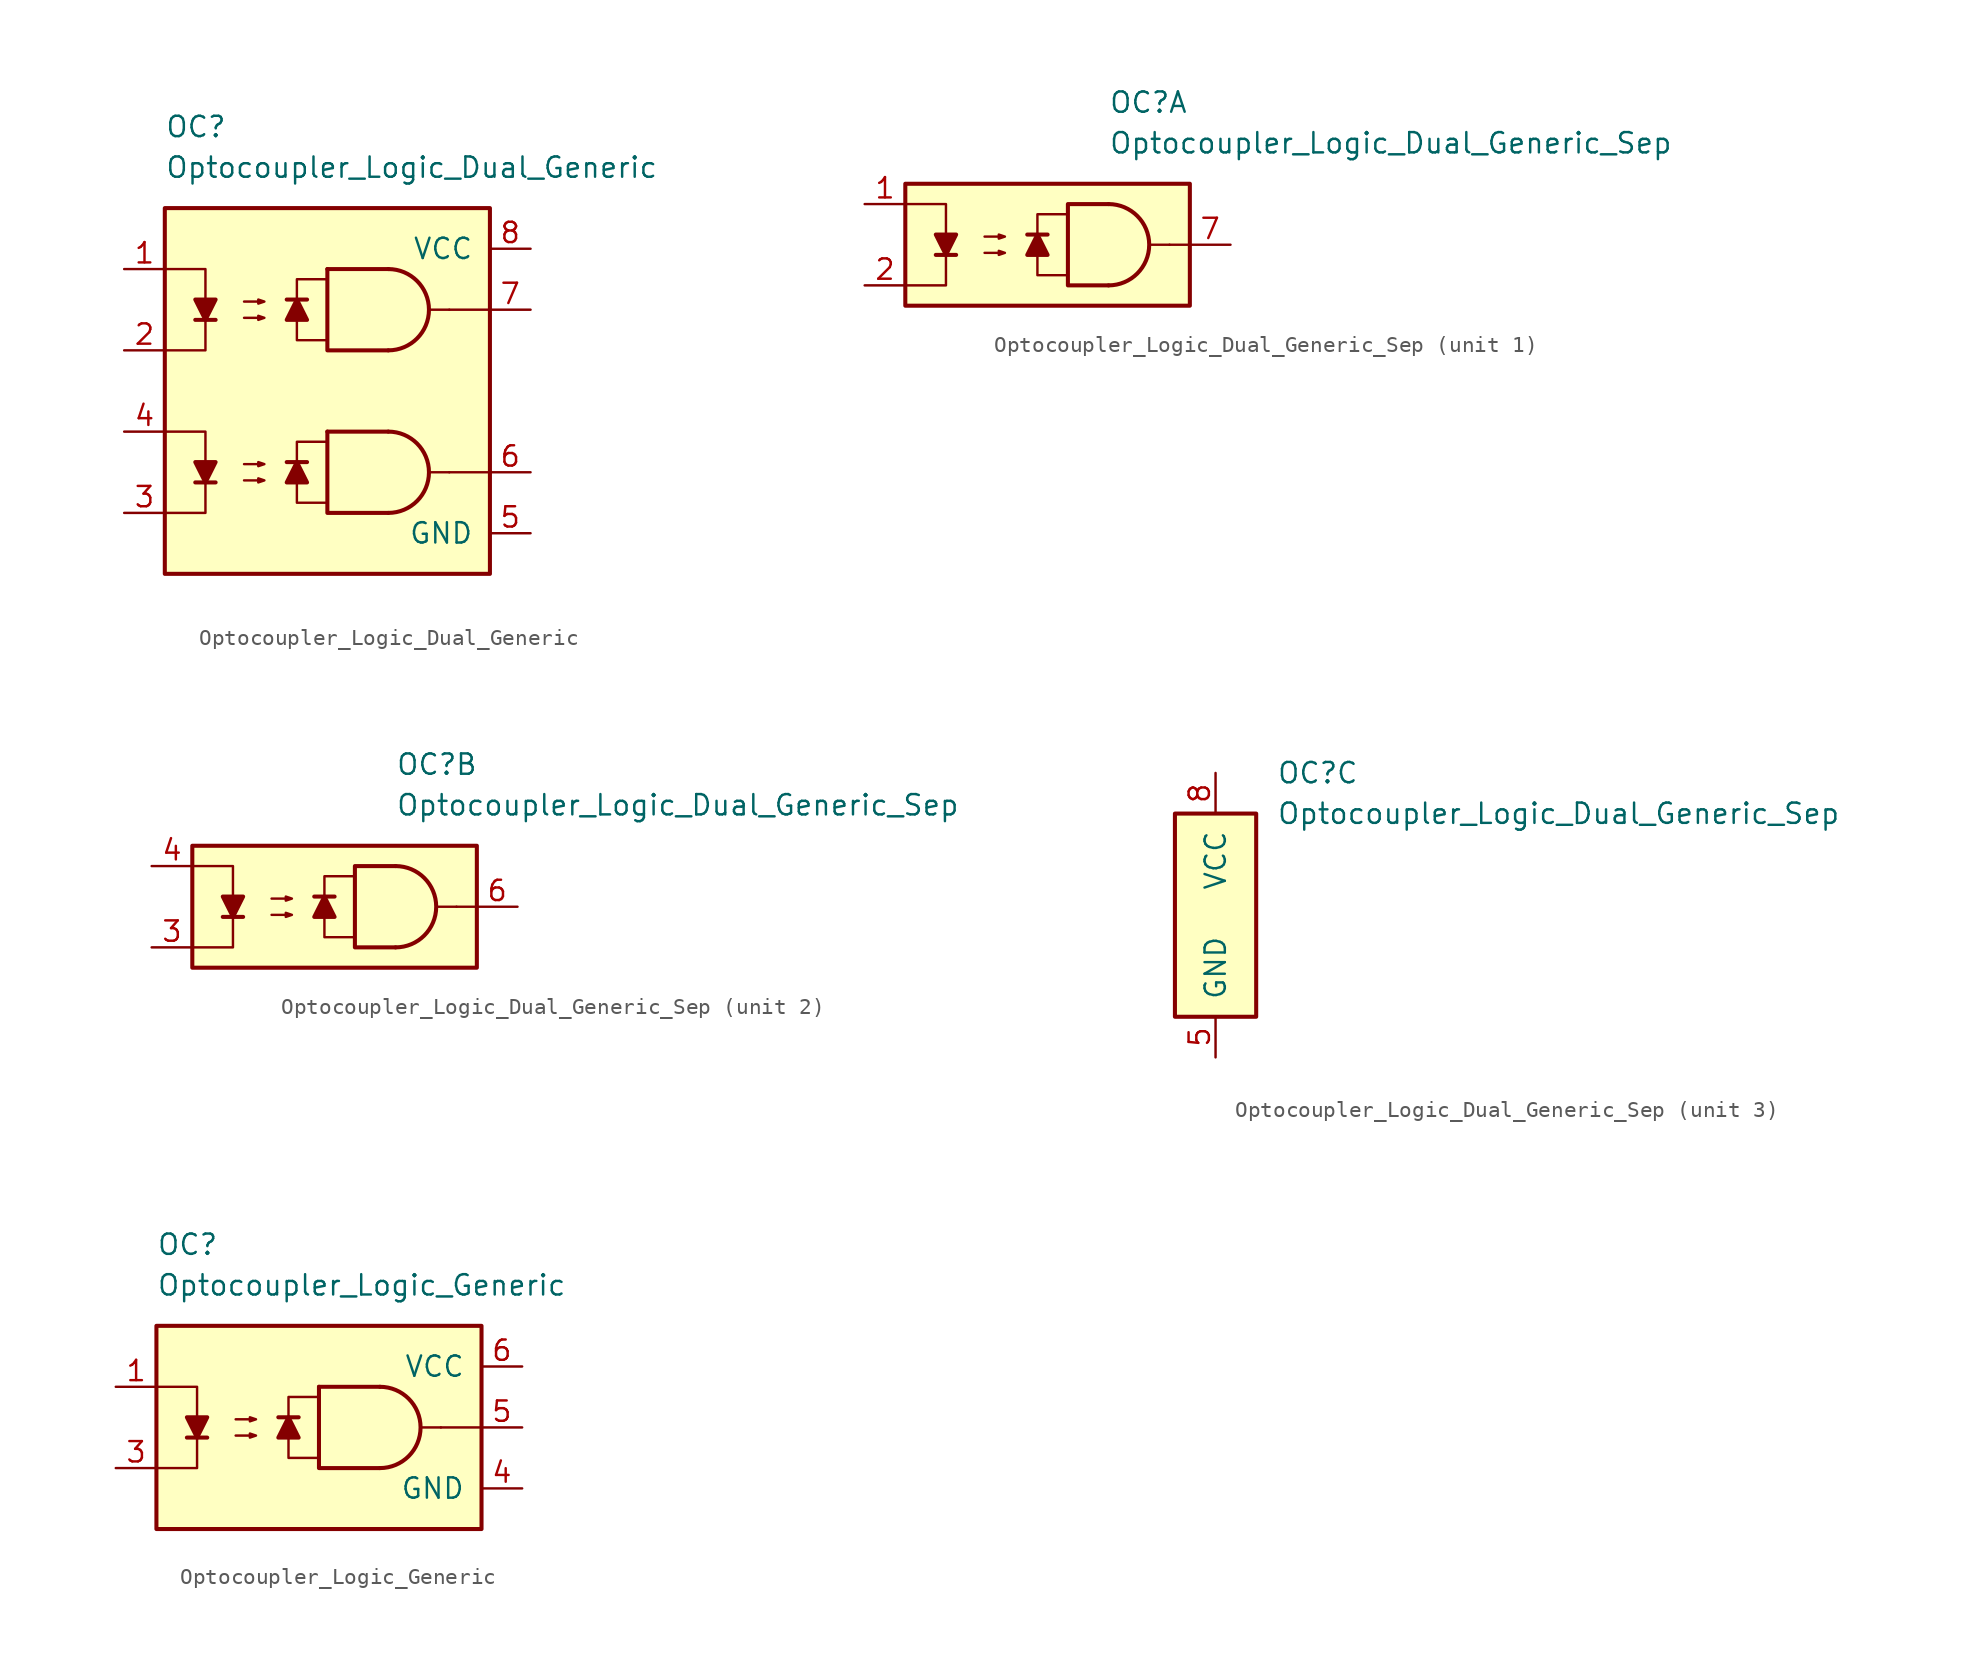
<source format=kicad_sym>
(kicad_symbol_lib
  (version 20231120)
  (generator "kicad_symbol_editor")
  (generator_version "8.0")
  (symbol "Optocoupler_Logic_Dual_Generic"
    (pin_names
      (offset 1.016))
    (property "Reference" "OC"
      (at -10.16 16.51 0)
      (effects (font (size 1.27 1.27)) (justify left)))
    (property "Value" "Optocoupler_Logic_Dual_Generic"
      (at -10.16 13.97 0)
      (effects (font (size 1.27 1.27)) (justify left)))
    (symbol "Optocoupler_Logic_Dual_Generic_0_0"
      (rectangle (start -10.16 11.43) (end 10.16 -11.43) (stroke (width 0.254) (type default)) (fill (type background)))
      (polyline (pts (xy 7.62 -5.08) (xy 6.35 -5.08)) (stroke (width 0) (type default)) (fill (type none)))
      (polyline (pts (xy 7.62 5.08) (xy 6.35 5.08)) (stroke (width 0) (type default)) (fill (type none)))
      (polyline (pts (xy 10.16 -5.08) (xy 7.62 -5.08)) (stroke (width 0) (type default)) (fill (type none))))
    (symbol "Optocoupler_Logic_Dual_Generic_0_1"
      (polyline (pts (xy -8.255 -5.715) (xy -6.985 -5.715)) (stroke (width 0.254) (type default)) (fill (type none)))
      (polyline (pts (xy 0 -2.54) (xy 3.81 -2.54)) (stroke (width 0.254) (type default)) (fill (type none)))
      (polyline (pts (xy -10.16 -2.54) (xy -7.62 -2.54) (xy -7.62 -5.715)) (stroke (width 0) (type default)) (fill (type none)))
      (polyline (pts (xy -7.62 -5.715) (xy -7.62 -7.62) (xy -10.16 -7.62)) (stroke (width 0) (type default)) (fill (type none)))
      (polyline (pts (xy 0 -2.54) (xy 0 -7.62) (xy 3.81 -7.62)) (stroke (width 0.254) (type default)) (fill (type none)))
      (polyline (pts (xy -7.62 -5.715) (xy -8.255 -4.445) (xy -6.985 -4.445) (xy -7.62 -5.715)) (stroke (width 0.254) (type default)) (fill (type outline)))
      (polyline (pts (xy 0 -6.985) (xy -1.905 -6.985) (xy -1.905 -3.175) (xy 0 -3.175)) (stroke (width 0.152) (type default)) (fill (type none)))
      (polyline (pts (xy 0 3.175) (xy -1.905 3.175) (xy -1.905 6.985) (xy 0 6.985)) (stroke (width 0.152) (type default)) (fill (type none)))
      (polyline (pts (xy -5.207 -5.588) (xy -3.937 -5.588) (xy -4.318 -5.715) (xy -4.318 -5.461) (xy -3.937 -5.588)) (stroke (width 0) (type default)) (fill (type none)))
      (polyline (pts (xy -5.207 -4.572) (xy -3.937 -4.572) (xy -4.318 -4.699) (xy -4.318 -4.445) (xy -3.937 -4.572)) (stroke (width 0) (type default)) (fill (type none)))
      (arc (start 3.81 -7.62) (mid 6.339 -5.08) (end 3.81 -2.54) (stroke (width 0.254) (type default)) (fill (type none))))
    (symbol "Optocoupler_Logic_Dual_Generic_1_1"
      (polyline (pts (xy -8.255 4.445) (xy -6.985 4.445)) (stroke (width 0.254) (type default)) (fill (type none)))
      (polyline (pts (xy -1.27 -4.445) (xy -2.54 -4.445)) (stroke (width 0.254) (type default)) (fill (type none)))
      (polyline (pts (xy -1.27 5.715) (xy -2.54 5.715)) (stroke (width 0.254) (type default)) (fill (type none)))
      (polyline (pts (xy 0 7.62) (xy 3.81 7.62)) (stroke (width 0.254) (type default)) (fill (type none)))
      (polyline (pts (xy 10.16 5.08) (xy 7.62 5.08)) (stroke (width 0) (type default)) (fill (type none)))
      (polyline (pts (xy -10.16 7.62) (xy -7.62 7.62) (xy -7.62 4.445)) (stroke (width 0) (type default)) (fill (type none)))
      (polyline (pts (xy -7.62 4.445) (xy -7.62 2.54) (xy -10.16 2.54)) (stroke (width 0) (type default)) (fill (type none)))
      (polyline (pts (xy 0 7.62) (xy 0 2.54) (xy 3.81 2.54)) (stroke (width 0.254) (type default)) (fill (type none)))
      (polyline (pts (xy -7.62 4.445) (xy -8.255 5.715) (xy -6.985 5.715) (xy -7.62 4.445)) (stroke (width 0.254) (type default)) (fill (type outline)))
      (polyline (pts (xy -1.905 -4.445) (xy -1.27 -5.715) (xy -2.54 -5.715) (xy -1.905 -4.445)) (stroke (width 0.254) (type default)) (fill (type outline)))
      (polyline (pts (xy -1.905 5.715) (xy -1.27 4.445) (xy -2.54 4.445) (xy -1.905 5.715)) (stroke (width 0.254) (type default)) (fill (type outline)))
      (polyline (pts (xy -5.207 4.572) (xy -3.937 4.572) (xy -4.318 4.445) (xy -4.318 4.699) (xy -3.937 4.572)) (stroke (width 0) (type default)) (fill (type none)))
      (polyline (pts (xy -5.207 5.588) (xy -3.937 5.588) (xy -4.318 5.461) (xy -4.318 5.715) (xy -3.937 5.588)) (stroke (width 0) (type default)) (fill (type none)))
      (arc (start 3.81 2.54) (mid 6.339 5.08) (end 3.81 7.62) (stroke (width 0.254) (type default)) (fill (type none)))
      (pin passive line (at -12.7 7.62 0) (length 2.54) (name "~" (effects (font (size 1.27 1.27)))) (number "1" (effects (font (size 1.27 1.27)))))
      (pin passive line (at -12.7 2.54 0) (length 2.54) (name "~" (effects (font (size 1.27 1.27)))) (number "2" (effects (font (size 1.27 1.27)))))
      (pin passive line (at -12.7 -7.62 0) (length 2.54) (name "~" (effects (font (size 1.27 1.27)))) (number "3" (effects (font (size 1.27 1.27)))))
      (pin passive line (at -12.7 -2.54 0) (length 2.54) (name "~" (effects (font (size 1.27 1.27)))) (number "4" (effects (font (size 1.27 1.27)))))
      (pin power_in line (at 12.7 -8.89 180) (length 2.54) (name "GND" (effects (font (size 1.27 1.27)))) (number "5" (effects (font (size 1.27 1.27)))))
      (pin output line (at 12.7 -5.08 180) (length 2.54) (name "~" (effects (font (size 1.27 1.27)))) (number "6" (effects (font (size 1.27 1.27)))))
      (pin output line (at 12.7 5.08 180) (length 2.54) (name "~" (effects (font (size 1.27 1.27)))) (number "7" (effects (font (size 1.27 1.27)))))
      (pin power_in line (at 12.7 8.89 180) (length 2.54) (name "VCC" (effects (font (size 1.27 1.27)))) (number "8" (effects (font (size 1.27 1.27)))))))
  (symbol "Optocoupler_Logic_Dual_Generic_Sep"
    (pin_names
      (offset 1.016))
    (property "Reference" "OC"
      (at 3.81 8.89 0)
      (effects (font (size 1.27 1.27)) (justify left)))
    (property "Value" "Optocoupler_Logic_Dual_Generic_Sep"
      (at 3.81 6.35 0)
      (effects (font (size 1.27 1.27)) (justify left)))
    (property "ki_locked" ""
      (at 0 0 0)
      (effects (font (size 1.27 1.27))))
    (symbol "Optocoupler_Logic_Dual_Generic_Sep_1_0"
      (rectangle (start -8.89 3.81) (end 8.89 -3.81) (stroke (width 0.254) (type default)) (fill (type background)))
      (polyline (pts (xy 7.62 0) (xy 6.35 0)) (stroke (width 0) (type default)) (fill (type none)))
      (polyline (pts (xy 8.89 0) (xy 7.62 0)) (stroke (width 0) (type default)) (fill (type none)))
      (polyline (pts (xy 3.81 -2.54) (xy 1.27 -2.54) (xy 1.27 2.54) (xy 3.81 2.54)) (stroke (width 0.254) (type default)) (fill (type none))))
    (symbol "Optocoupler_Logic_Dual_Generic_Sep_1_1"
      (polyline (pts (xy -6.985 -0.635) (xy -5.715 -0.635)) (stroke (width 0.254) (type default)) (fill (type none)))
      (polyline (pts (xy 0 0.635) (xy -1.27 0.635)) (stroke (width 0.254) (type default)) (fill (type none)))
      (polyline (pts (xy -8.89 2.54) (xy -6.35 2.54) (xy -6.35 -0.635)) (stroke (width 0) (type default)) (fill (type none)))
      (polyline (pts (xy -6.35 -0.635) (xy -6.35 -2.54) (xy -8.89 -2.54)) (stroke (width 0) (type default)) (fill (type none)))
      (polyline (pts (xy -6.35 -0.635) (xy -6.985 0.635) (xy -5.715 0.635) (xy -6.35 -0.635)) (stroke (width 0.254) (type default)) (fill (type outline)))
      (polyline (pts (xy -0.635 0.635) (xy 0 -0.635) (xy -1.27 -0.635) (xy -0.635 0.635)) (stroke (width 0.254) (type default)) (fill (type outline)))
      (polyline (pts (xy 1.27 -1.905) (xy -0.635 -1.905) (xy -0.635 1.905) (xy 1.27 1.905)) (stroke (width 0.152) (type default)) (fill (type none)))
      (polyline (pts (xy -3.937 -0.508) (xy -2.667 -0.508) (xy -3.048 -0.635) (xy -3.048 -0.381) (xy -2.667 -0.508)) (stroke (width 0) (type default)) (fill (type none)))
      (polyline (pts (xy -3.937 0.508) (xy -2.667 0.508) (xy -3.048 0.381) (xy -3.048 0.635) (xy -2.667 0.508)) (stroke (width 0) (type default)) (fill (type none)))
      (arc (start 3.81 -2.54) (mid 6.339 0) (end 3.81 2.54) (stroke (width 0.254) (type default)) (fill (type none)))
      (pin passive line (at -11.43 2.54 0) (length 2.54) (name "~" (effects (font (size 1.27 1.27)))) (number "1" (effects (font (size 1.27 1.27)))))
      (pin passive line (at -11.43 -2.54 0) (length 2.54) (name "~" (effects (font (size 1.27 1.27)))) (number "2" (effects (font (size 1.27 1.27)))))
      (pin output line (at 11.43 0 180) (length 2.54) (name "~" (effects (font (size 1.27 1.27)))) (number "7" (effects (font (size 1.27 1.27))))))
    (symbol "Optocoupler_Logic_Dual_Generic_Sep_2_0"
      (rectangle (start -8.89 3.81) (end 8.89 -3.81) (stroke (width 0.254) (type default)) (fill (type background)))
      (polyline (pts (xy 7.62 0) (xy 6.35 0)) (stroke (width 0) (type default)) (fill (type none)))
      (polyline (pts (xy 8.89 0) (xy 7.62 0)) (stroke (width 0) (type default)) (fill (type none)))
      (polyline (pts (xy 3.81 -2.54) (xy 1.27 -2.54) (xy 1.27 2.54) (xy 3.81 2.54)) (stroke (width 0.254) (type default)) (fill (type none))))
    (symbol "Optocoupler_Logic_Dual_Generic_Sep_2_1"
      (polyline (pts (xy -6.985 -0.635) (xy -5.715 -0.635)) (stroke (width 0.254) (type default)) (fill (type none)))
      (polyline (pts (xy 0 0.635) (xy -1.27 0.635)) (stroke (width 0.254) (type default)) (fill (type none)))
      (polyline (pts (xy -8.89 2.54) (xy -6.35 2.54) (xy -6.35 -0.635)) (stroke (width 0) (type default)) (fill (type none)))
      (polyline (pts (xy -6.35 -0.635) (xy -6.35 -2.54) (xy -8.89 -2.54)) (stroke (width 0) (type default)) (fill (type none)))
      (polyline (pts (xy -6.35 -0.635) (xy -6.985 0.635) (xy -5.715 0.635) (xy -6.35 -0.635)) (stroke (width 0.254) (type default)) (fill (type outline)))
      (polyline (pts (xy -0.635 0.635) (xy 0 -0.635) (xy -1.27 -0.635) (xy -0.635 0.635)) (stroke (width 0.254) (type default)) (fill (type outline)))
      (polyline (pts (xy 1.27 -1.905) (xy -0.635 -1.905) (xy -0.635 1.905) (xy 1.27 1.905)) (stroke (width 0.152) (type default)) (fill (type none)))
      (polyline (pts (xy -3.937 -0.508) (xy -2.667 -0.508) (xy -3.048 -0.635) (xy -3.048 -0.381) (xy -2.667 -0.508)) (stroke (width 0) (type default)) (fill (type none)))
      (polyline (pts (xy -3.937 0.508) (xy -2.667 0.508) (xy -3.048 0.381) (xy -3.048 0.635) (xy -2.667 0.508)) (stroke (width 0) (type default)) (fill (type none)))
      (arc (start 3.81 -2.54) (mid 6.339 0) (end 3.81 2.54) (stroke (width 0.254) (type default)) (fill (type none)))
      (pin passive line (at -11.43 -2.54 0) (length 2.54) (name "~" (effects (font (size 1.27 1.27)))) (number "3" (effects (font (size 1.27 1.27)))))
      (pin passive line (at -11.43 2.54 0) (length 2.54) (name "~" (effects (font (size 1.27 1.27)))) (number "4" (effects (font (size 1.27 1.27)))))
      (pin output line (at 11.43 0 180) (length 2.54) (name "~" (effects (font (size 1.27 1.27)))) (number "6" (effects (font (size 1.27 1.27))))))
    (symbol "Optocoupler_Logic_Dual_Generic_Sep_3_0"
      (rectangle (start -2.54 6.35) (end 2.54 -6.35) (stroke (width 0.254) (type default)) (fill (type background))))
    (symbol "Optocoupler_Logic_Dual_Generic_Sep_3_1"
      (pin power_in line (at 0 -8.89 90) (length 2.54) (name "GND" (effects (font (size 1.27 1.27)))) (number "5" (effects (font (size 1.27 1.27)))))
      (pin power_in line (at 0 8.89 270) (length 2.54) (name "VCC" (effects (font (size 1.27 1.27)))) (number "8" (effects (font (size 1.27 1.27)))))))
  (symbol "Optocoupler_Logic_Generic"
    (pin_names
      (offset 1.016))
    (property "Reference" "OC"
      (at -10.16 11.43 0)
      (effects (font (size 1.27 1.27)) (justify left)))
    (property "Value" "Optocoupler_Logic_Generic"
      (at -10.16 8.89 0)
      (effects (font (size 1.27 1.27)) (justify left)))
    (symbol "Optocoupler_Logic_Generic_0_0"
      (rectangle (start -10.16 6.35) (end 10.16 -6.35) (stroke (width 0.254) (type default)) (fill (type background)))
      (polyline (pts (xy 7.62 0) (xy 6.35 0)) (stroke (width 0) (type default)) (fill (type none)))
      (polyline (pts (xy 10.16 0) (xy 7.62 0)) (stroke (width 0) (type default)) (fill (type none))))
    (symbol "Optocoupler_Logic_Generic_0_1"
      (polyline (pts (xy -8.255 -0.635) (xy -6.985 -0.635)) (stroke (width 0.254) (type default)) (fill (type none)))
      (polyline (pts (xy 0 2.54) (xy 3.81 2.54)) (stroke (width 0.254) (type default)) (fill (type none)))
      (polyline (pts (xy -10.16 2.54) (xy -7.62 2.54) (xy -7.62 -0.635)) (stroke (width 0) (type default)) (fill (type none)))
      (polyline (pts (xy -7.62 -0.635) (xy -7.62 -2.54) (xy -10.16 -2.54)) (stroke (width 0) (type default)) (fill (type none)))
      (polyline (pts (xy 0 2.54) (xy 0 -2.54) (xy 3.81 -2.54)) (stroke (width 0.254) (type default)) (fill (type none)))
      (polyline (pts (xy -7.62 -0.635) (xy -8.255 0.635) (xy -6.985 0.635) (xy -7.62 -0.635)) (stroke (width 0.254) (type default)) (fill (type outline)))
      (polyline (pts (xy -5.207 -0.508) (xy -3.937 -0.508) (xy -4.318 -0.635) (xy -4.318 -0.381) (xy -3.937 -0.508)) (stroke (width 0) (type default)) (fill (type none)))
      (polyline (pts (xy -5.207 0.508) (xy -3.937 0.508) (xy -4.318 0.381) (xy -4.318 0.635) (xy -3.937 0.508)) (stroke (width 0) (type default)) (fill (type none)))
      (arc (start 3.81 -2.54) (mid 6.339 0) (end 3.81 2.54) (stroke (width 0.254) (type default)) (fill (type none))))
    (symbol "Optocoupler_Logic_Generic_1_1"
      (polyline (pts (xy -1.27 0.635) (xy -2.54 0.635)) (stroke (width 0.254) (type default)) (fill (type none)))
      (polyline (pts (xy -1.905 0.635) (xy -1.27 -0.635) (xy -2.54 -0.635) (xy -1.905 0.635)) (stroke (width 0.254) (type default)) (fill (type outline)))
      (polyline (pts (xy 0 -1.905) (xy -1.905 -1.905) (xy -1.905 1.905) (xy 0 1.905)) (stroke (width 0.152) (type default)) (fill (type none)))
      (pin passive line (at -12.7 2.54 0) (length 2.54) (name "~" (effects (font (size 1.27 1.27)))) (number "1" (effects (font (size 1.27 1.27)))))
      (pin free line (at 0 0 0) (length 2.54) hide (name "NC" (effects (font (size 1.27 1.27)))) (number "2" (effects (font (size 1.27 1.27)))))
      (pin passive line (at -12.7 -2.54 0) (length 2.54) (name "~" (effects (font (size 1.27 1.27)))) (number "3" (effects (font (size 1.27 1.27)))))
      (pin power_in line (at 12.7 -3.81 180) (length 2.54) (name "GND" (effects (font (size 1.27 1.27)))) (number "4" (effects (font (size 1.27 1.27)))))
      (pin output line (at 12.7 0 180) (length 2.54) (name "~" (effects (font (size 1.27 1.27)))) (number "5" (effects (font (size 1.27 1.27)))))
      (pin power_in line (at 12.7 3.81 180) (length 2.54) (name "VCC" (effects (font (size 1.27 1.27)))) (number "6" (effects (font (size 1.27 1.27))))))))
</source>
